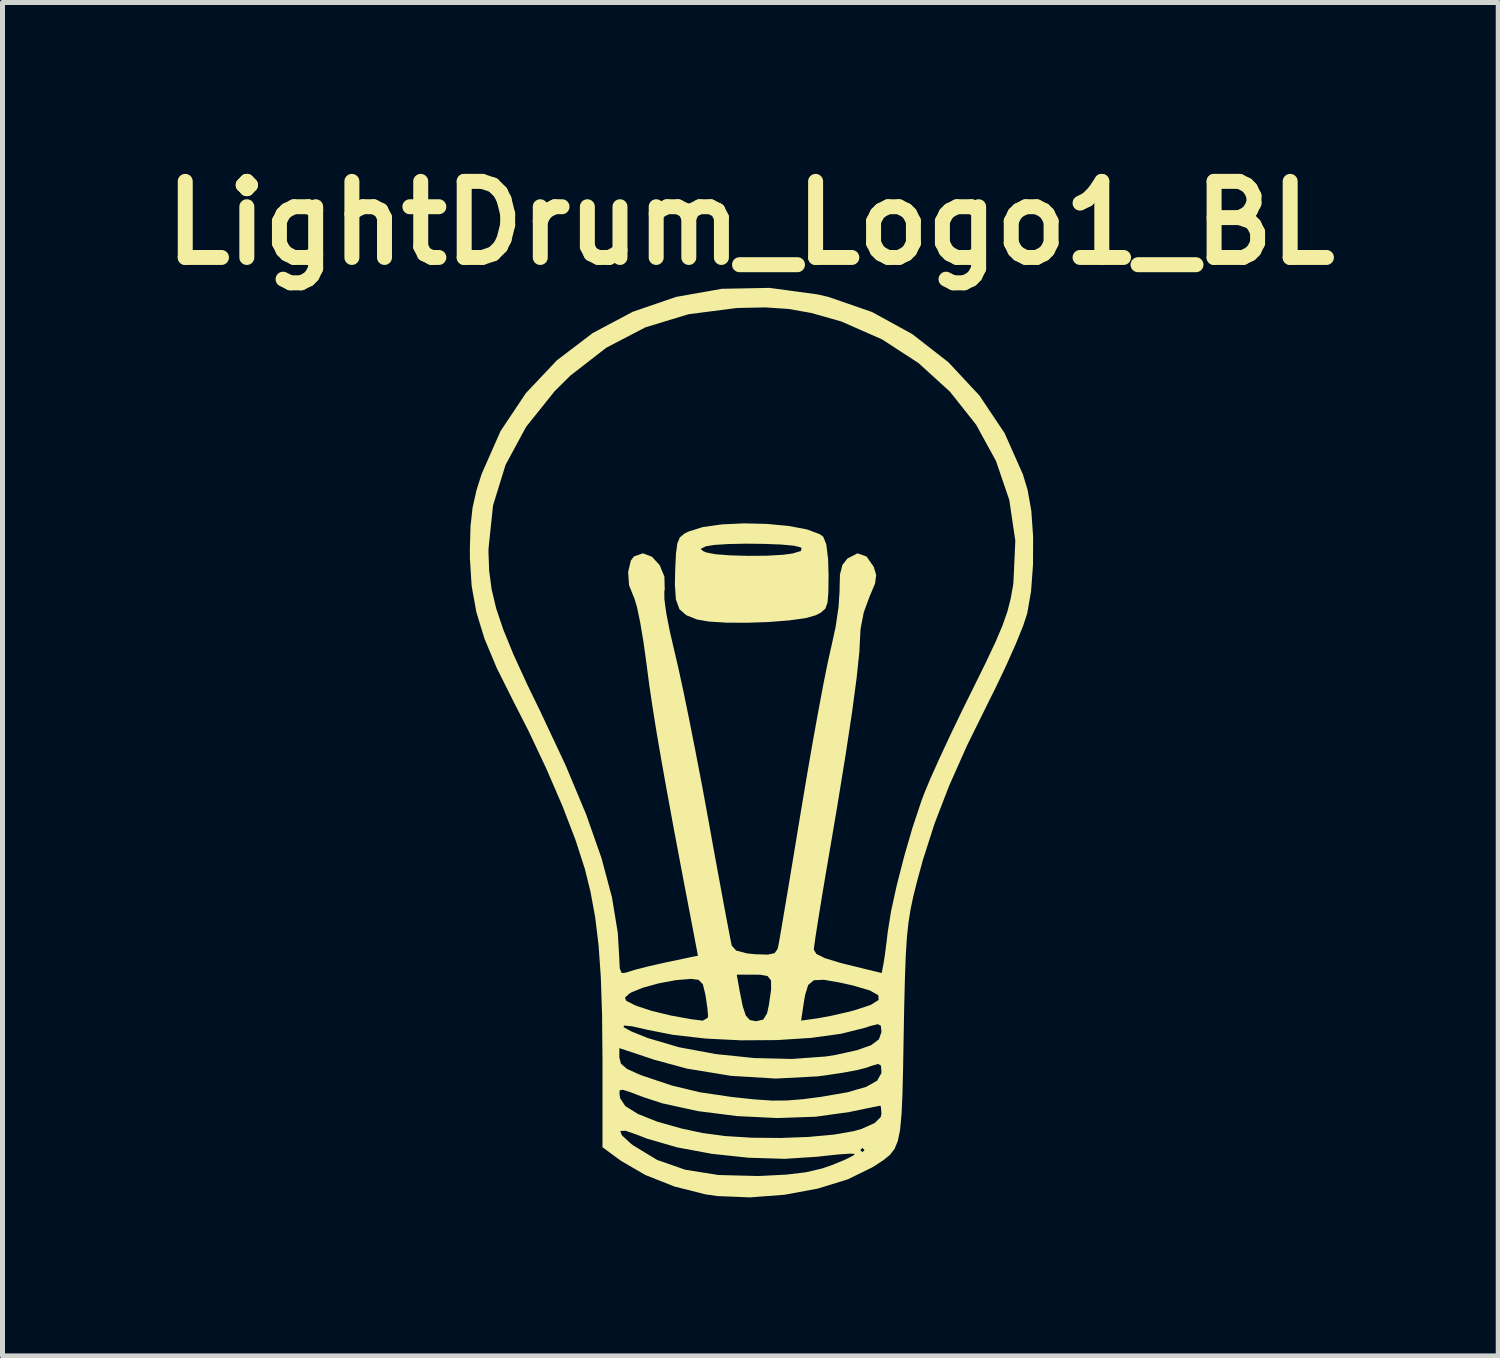
<source format=kicad_pcb>
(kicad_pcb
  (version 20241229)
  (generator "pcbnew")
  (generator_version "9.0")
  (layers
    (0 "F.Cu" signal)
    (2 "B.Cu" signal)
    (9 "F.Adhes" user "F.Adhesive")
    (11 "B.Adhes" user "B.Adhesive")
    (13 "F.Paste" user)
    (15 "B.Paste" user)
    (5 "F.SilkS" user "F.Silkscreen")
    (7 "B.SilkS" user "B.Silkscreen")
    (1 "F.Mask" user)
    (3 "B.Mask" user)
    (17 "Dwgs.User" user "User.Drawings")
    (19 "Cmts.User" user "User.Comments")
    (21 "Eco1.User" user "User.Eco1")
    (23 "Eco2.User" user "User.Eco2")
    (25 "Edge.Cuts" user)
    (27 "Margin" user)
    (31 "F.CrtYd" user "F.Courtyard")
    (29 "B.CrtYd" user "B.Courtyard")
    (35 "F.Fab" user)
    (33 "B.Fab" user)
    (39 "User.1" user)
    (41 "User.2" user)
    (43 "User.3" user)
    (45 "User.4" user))
  (footprint "LightDrum_Logo1_BL"
    (layer "F.Cu")
    (at 11.982 11.818)
    (property "Reference" "LightDrum_Logo1_BL" (at 0 -10.4 0) (layer "F.SilkS") (effects (font (size 1.524 1.524) (thickness 0.3))))
    (attr board_only exclude_from_pos_files exclude_from_bom)
    (fp_poly (pts (xy 0.333 -4.373) (xy 0.765 -4.332) (xy 1.132 -4.263) (xy 1.39 -4.167) (xy 1.46 -4.115) (xy 1.521 -3.963) (xy 1.557 -3.664) (xy 1.566 -3.339) (xy 1.562 -3.003) (xy 1.545 -2.796) (xy 1.501 -2.675) (xy 1.416 -2.599) (xy 1.312 -2.544) (xy 1.105 -2.485) (xy 0.777 -2.44) (xy 0.372 -2.408) (xy -0.061 -2.393) (xy -0.478 -2.395) (xy -0.83 -2.417) (xy -1.069 -2.458) (xy -1.286 -2.545) (xy -1.422 -2.666) (xy -1.492 -2.859) (xy -1.513 -3.159) (xy -1.507 -3.441) (xy -1.491 -3.776) (xy -1.478 -3.872) (xy -0.997 -3.872) (xy -0.943 -3.826) (xy -0.883 -3.801) (xy -0.702 -3.766) (xy -0.406 -3.743) (xy -0.047 -3.733) (xy 0.322 -3.736) (xy 0.646 -3.754) (xy 0.843 -3.78) (xy 1.013 -3.831) (xy 1.024 -3.889) (xy 1.002 -3.905) (xy 0.868 -3.937) (xy 0.612 -3.96) (xy 0.279 -3.973) (xy -0.084 -3.977) (xy -0.43 -3.97) (xy -0.714 -3.953) (xy -0.888 -3.925) (xy -0.897 -3.922) (xy -0.997 -3.872) (xy -1.478 -3.872) (xy -1.464 -3.983) (xy -1.413 -4.103) (xy -1.322 -4.178) (xy -1.237 -4.221) (xy -0.952 -4.31) (xy -0.567 -4.364) (xy -0.125 -4.384)) (stroke (width 0) (type solid)) (fill yes) (layer "F.SilkS"))
    (fp_poly (pts (xy 1.356 -8.969) (xy 1.566 -8.919) (xy 2.436 -8.618) (xy 3.242 -8.176) (xy 3.966 -7.612) (xy 4.589 -6.944) (xy 5.093 -6.19) (xy 5.458 -5.368) (xy 5.554 -5.051) (xy 5.628 -4.631) (xy 5.664 -4.11) (xy 5.661 -3.551) (xy 5.622 -3.019) (xy 5.545 -2.579) (xy 5.462 -2.327) (xy 5.315 -1.965) (xy 5.123 -1.534) (xy 4.903 -1.072) (xy 4.783 -0.832) (xy 4.339 0.068) (xy 3.981 0.873) (xy 3.691 1.625) (xy 3.454 2.364) (xy 3.331 2.816) (xy 3.261 3.098) (xy 3.207 3.356) (xy 3.166 3.617) (xy 3.135 3.91) (xy 3.113 4.263) (xy 3.096 4.705) (xy 3.082 5.264) (xy 3.071 5.842) (xy 3.059 6.524) (xy 3.046 7.057) (xy 3.027 7.465) (xy 2.998 7.768) (xy 2.953 7.989) (xy 2.887 8.148) (xy 2.795 8.267) (xy 2.672 8.367) (xy 2.513 8.472) (xy 2.441 8.517) (xy 1.951 8.757) (xy 1.347 8.943) (xy 0.679 9.066) (xy -0.005 9.118) (xy -0.656 9.092) (xy -0.902 9.057) (xy -1.524 8.9) (xy -2.108 8.668) (xy -2.592 8.386) (xy -2.608 8.375) (xy -2.963 8.113) (xy -2.963 7.787) (xy -2.608 7.787) (xy -2.574 7.875) (xy -2.393 8.042) (xy -2.349 8.076) (xy -1.868 8.368) (xy -1.306 8.564) (xy -0.641 8.67) (xy 0.149 8.69) (xy 0.212 8.688) (xy 0.721 8.662) (xy 1.112 8.615) (xy 1.437 8.539) (xy 1.636 8.47) (xy 1.885 8.368) (xy 2.051 8.286) (xy 2.095 8.247) (xy 2.001 8.242) (xy 1.781 8.256) (xy 1.475 8.288) (xy 1.348 8.303) (xy 0.689 8.346) (xy -0.035 8.324) (xy -0.772 8.246) (xy -1.178 8.17) (xy 2.201 8.17) (xy 2.244 8.213) (xy 2.286 8.17) (xy 2.244 8.128) (xy 2.201 8.17) (xy -1.178 8.17) (xy -1.468 8.116) (xy -2.069 7.942) (xy -2.246 7.873) (xy -2.497 7.784) (xy -2.608 7.787) (xy -2.963 7.787) (xy -2.963 7.049) (xy -2.622 7.049) (xy -2.609 7.133) (xy -2.506 7.289) (xy -2.253 7.447) (xy -1.868 7.601) (xy -1.37 7.741) (xy -0.959 7.829) (xy -0.502 7.89) (xy 0.035 7.923) (xy 0.605 7.928) (xy 1.165 7.907) (xy 1.669 7.861) (xy 2.073 7.791) (xy 2.223 7.748) (xy 2.489 7.629) (xy 2.611 7.509) (xy 2.625 7.443) (xy 2.615 7.309) (xy 2.603 7.281) (xy 2.517 7.298) (xy 2.308 7.34) (xy 2.02 7.4) (xy 1.99 7.407) (xy 1.309 7.502) (xy 0.539 7.529) (xy -0.266 7.49) (xy -1.052 7.39) (xy -1.763 7.234) (xy -2.138 7.112) (xy -2.412 7.008) (xy -2.561 6.961) (xy -2.62 6.975) (xy -2.622 7.049) (xy -2.963 7.049) (xy -2.963 6.362) (xy -2.965 6.128) (xy -2.625 6.128) (xy -2.625 6.318) (xy -2.592 6.441) (xy -2.471 6.545) (xy -2.228 6.655) (xy -2.159 6.681) (xy -1.57 6.879) (xy -1.008 7.013) (xy -0.38 7.106) (xy 0.077 7.155) (xy 0.427 7.179) (xy 0.732 7.177) (xy 1.053 7.151) (xy 1.411 7.105) (xy 1.944 7.013) (xy 2.317 6.905) (xy 2.54 6.779) (xy 2.624 6.629) (xy 2.625 6.608) (xy 2.616 6.479) (xy 2.559 6.444) (xy 2.406 6.49) (xy 2.332 6.518) (xy 2.151 6.565) (xy 1.854 6.621) (xy 1.494 6.675) (xy 1.348 6.694) (xy 0.512 6.738) (xy -0.384 6.684) (xy -1.266 6.54) (xy -1.926 6.361) (xy -2.625 6.128) (xy -2.965 6.128) (xy -2.969 5.71) (xy -2.539 5.71) (xy -2.384 5.794) (xy -2.069 5.921) (xy -2.063 5.924) (xy -1.429 6.111) (xy -0.696 6.247) (xy 0.078 6.327) (xy 0.834 6.345) (xy 1.515 6.295) (xy 1.703 6.265) (xy 2.134 6.17) (xy 2.417 6.07) (xy 2.574 5.953) (xy 2.625 5.809) (xy 2.625 5.799) (xy 2.614 5.681) (xy 2.552 5.648) (xy 2.393 5.688) (xy 2.302 5.719) (xy 1.82 5.84) (xy 1.216 5.923) (xy 0.533 5.967) (xy -0.184 5.972) (xy -0.893 5.937) (xy -1.551 5.862) (xy -2.048 5.764) (xy -2.371 5.691) (xy -2.534 5.675) (xy -2.539 5.71) (xy -2.969 5.71) (xy -2.971 5.468) (xy -2.983 5.116) (xy -2.512 5.116) (xy -2.49 5.178) (xy -2.337 5.257) (xy -2.266 5.287) (xy -1.975 5.383) (xy -1.59 5.476) (xy -1.184 5.549) (xy -0.953 5.578) (xy -0.856 5.522) (xy -0.848 5.482) (xy -0.861 5.333) (xy -0.894 5.103) (xy -0.901 5.059) (xy -0.952 4.849) (xy -1.039 4.759) (xy -1.192 4.741) (xy -1.492 4.766) (xy -1.833 4.83) (xy -2.152 4.917) (xy -2.385 5.012) (xy -2.425 5.037) (xy -2.512 5.116) (xy -2.983 5.116) (xy -2.996 4.714) (xy -3 4.657) (xy -0.273 4.657) (xy -0.217 4.974) (xy -0.153 5.293) (xy -0.091 5.478) (xy -0.011 5.565) (xy 0.106 5.588) (xy 0.122 5.588) (xy 0.167 5.577) (xy 1.016 5.577) (xy 1.333 5.533) (xy 1.608 5.483) (xy 1.941 5.407) (xy 2.091 5.368) (xy 2.41 5.263) (xy 2.568 5.164) (xy 2.563 5.069) (xy 2.393 4.973) (xy 2.057 4.874) (xy 1.797 4.816) (xy 1.471 4.759) (xy 1.271 4.768) (xy 1.158 4.863) (xy 1.095 5.067) (xy 1.069 5.223) (xy 1.016 5.577) (xy 0.167 5.577) (xy 0.258 5.556) (xy 0.334 5.431) (xy 0.369 5.271) (xy 0.415 4.956) (xy 0.413 4.773) (xy 0.345 4.685) (xy 0.195 4.658) (xy 0.075 4.657) (xy -0.273 4.657) (xy -3 4.657) (xy -3.041 4.071) (xy -3.109 3.509) (xy -3.202 3) (xy -3.315 2.542) (xy -3.502 1.962) (xy -3.764 1.28) (xy -4.085 0.536) (xy -4.447 -0.231) (xy -4.74 -0.804) (xy -5.08 -1.484) (xy -5.326 -2.071) (xy -5.49 -2.607) (xy -5.584 -3.131) (xy -5.619 -3.685) (xy -5.619 -3.81) (xy -5.247 -3.81) (xy -5.233 -3.432) (xy -5.184 -3.065) (xy -5.093 -2.681) (xy -4.949 -2.254) (xy -4.745 -1.755) (xy -4.471 -1.157) (xy -4.215 -0.63) (xy -3.7 0.466) (xy -3.29 1.447) (xy -2.982 2.324) (xy -2.772 3.111) (xy -2.656 3.82) (xy -2.628 4.306) (xy -2.617 4.532) (xy -2.578 4.624) (xy -2.493 4.617) (xy -2.477 4.61) (xy -2.324 4.562) (xy -2.06 4.494) (xy -1.736 4.42) (xy -1.689 4.41) (xy -1.051 4.276) (xy -1.156 3.725) (xy -1.357 2.675) (xy -1.527 1.773) (xy -1.669 1) (xy -1.787 0.34) (xy -1.884 -0.226) (xy -1.962 -0.716) (xy -2.026 -1.147) (xy -2.077 -1.538) (xy -2.081 -1.566) (xy -2.142 -2.009) (xy -2.208 -2.402) (xy -2.272 -2.708) (xy -2.328 -2.893) (xy -2.341 -2.919) (xy -2.431 -3.147) (xy -2.449 -3.411) (xy -2.395 -3.638) (xy -2.332 -3.722) (xy -2.153 -3.784) (xy -1.972 -3.715) (xy -1.818 -3.548) (xy -1.723 -3.319) (xy -1.716 -3.061) (xy -1.724 -3.022) (xy -1.723 -2.864) (xy -1.685 -2.583) (xy -1.614 -2.221) (xy -1.526 -1.842) (xy -1.444 -1.491) (xy -1.339 -1.007) (xy -1.22 -0.425) (xy -1.092 0.223) (xy -0.962 0.902) (xy -0.845 1.539) (xy -0.733 2.16) (xy -0.628 2.732) (xy -0.536 3.23) (xy -0.46 3.634) (xy -0.405 3.921) (xy -0.375 4.067) (xy -0.372 4.077) (xy -0.285 4.174) (xy -0.072 4.23) (xy 0.092 4.247) (xy 0.349 4.255) (xy 0.484 4.226) (xy 0.544 4.144) (xy 0.554 4.106) (xy 0.577 3.983) (xy 0.624 3.714) (xy 0.69 3.322) (xy 0.773 2.829) (xy 0.868 2.256) (xy 0.972 1.626) (xy 1.017 1.355) (xy 1.131 0.676) (xy 1.245 0.017) (xy 1.355 -0.592) (xy 1.455 -1.126) (xy 1.541 -1.555) (xy 1.606 -1.852) (xy 1.619 -1.905) (xy 1.705 -2.298) (xy 1.765 -2.7) (xy 1.787 -3.03) (xy 1.786 -3.055) (xy 1.794 -3.36) (xy 1.844 -3.552) (xy 1.943 -3.679) (xy 2.144 -3.783) (xy 2.326 -3.721) (xy 2.471 -3.513) (xy 2.52 -3.35) (xy 2.497 -3.178) (xy 2.393 -2.93) (xy 2.386 -2.915) (xy 2.271 -2.601) (xy 2.207 -2.271) (xy 2.201 -2.173) (xy 2.183 -1.812) (xy 2.128 -1.287) (xy 2.036 -0.597) (xy 1.907 0.255) (xy 1.742 1.271) (xy 1.613 2.032) (xy 1.516 2.598) (xy 1.43 3.112) (xy 1.359 3.551) (xy 1.306 3.888) (xy 1.276 4.099) (xy 1.27 4.157) (xy 1.323 4.242) (xy 1.495 4.327) (xy 1.807 4.422) (xy 1.95 4.458) (xy 2.63 4.624) (xy 2.664 4.45) (xy 2.693 4.268) (xy 2.729 3.993) (xy 2.75 3.81) (xy 2.817 3.39) (xy 2.932 2.866) (xy 3.08 2.289) (xy 3.247 1.713) (xy 3.421 1.19) (xy 3.486 1.016) (xy 3.605 0.73) (xy 3.784 0.332) (xy 4.003 -0.139) (xy 4.246 -0.644) (xy 4.451 -1.058) (xy 4.713 -1.59) (xy 4.908 -2.003) (xy 5.048 -2.332) (xy 5.145 -2.607) (xy 5.211 -2.86) (xy 5.259 -3.124) (xy 5.269 -3.196) (xy 5.307 -4.035) (xy 5.186 -4.853) (xy 4.92 -5.633) (xy 4.521 -6.361) (xy 3.999 -7.02) (xy 3.368 -7.595) (xy 2.638 -8.069) (xy 1.822 -8.428) (xy 1.217 -8.599) (xy 0.764 -8.679) (xy 0.302 -8.71) (xy -0.242 -8.699) (xy -0.289 -8.696) (xy -1.241 -8.573) (xy -2.102 -8.311) (xy -2.886 -7.903) (xy -3.606 -7.344) (xy -3.921 -7.032) (xy -4.494 -6.316) (xy -4.905 -5.555) (xy -5.155 -4.745) (xy -5.246 -3.88) (xy -5.247 -3.81) (xy -5.619 -3.81) (xy -5.62 -3.852) (xy -5.607 -4.322) (xy -5.566 -4.696) (xy -5.487 -5.047) (xy -5.384 -5.373) (xy -5.006 -6.231) (xy -4.498 -6.992) (xy -3.877 -7.65) (xy -3.159 -8.196) (xy -2.358 -8.622) (xy -1.49 -8.92) (xy -0.572 -9.083) (xy 0.382 -9.101)) (stroke (width 0) (type solid)) (fill yes) (layer "F.SilkS"))
    (zone (net_name "") (layer "F.Cu") (hatch edge 0.5) (connect_pads) (min_thickness 0.25) (filled_areas_thickness no) (keepout (tracks not_allowed) (vias not_allowed) (pads not_allowed) (copperpour not_allowed) (footprints not_allowed)) (placement (enabled no)) (fill) (polygon (pts (xy 8.882 19.818) (xy 8.882 18.118) (xy 8.848 16.966) (xy 8.801 16.192) (xy 8.716 15.362) (xy 8.531 14.555) (xy 8.246 13.656) (xy 7.754 12.462) (xy 7.096 11.107) (xy 6.713 10.327) (xy 6.494 9.769) (xy 6.335 9.249) (xy 6.24 8.68) (xy 6.208 8.075) (xy 6.216 7.562) (xy 6.266 7.037) (xy 6.391 6.561) (xy 6.546 6.106) (xy 6.761 5.644) (xy 6.99 5.245) (xy 7.305 4.772) (xy 7.963 4.106) (xy 8.682 3.518) (xy 9.582 3.018) (xy 10.482 2.718) (xy 11.383 2.565) (xy 12.382 2.56) (xy 13.492 2.729) (xy 14.382 3.018) (xy 15.282 3.518) (xy 15.987 4.053) (xy 16.589 4.632) (xy 17.134 5.409) (xy 17.496 6.17) (xy 17.696 6.751) (xy 17.776 7.308) (xy 17.807 7.959) (xy 17.784 8.653) (xy 17.688 9.315) (xy 17.472 9.924) (xy 17.121 10.696) (xy 16.753 11.419) (xy 16.415 12.117) (xy 16.156 12.758) (xy 15.862 13.471) (xy 15.633 14.177) (xy 15.411 14.978) (xy 15.289 15.766) (xy 15.263 16.49) (xy 15.255 17.153) (xy 15.226 19.075) (xy 15.215 19.484) (xy 15.157 19.846) (xy 15.009 20.153) (xy 14.803 20.367) (xy 14.422 20.592) (xy 13.769 20.851) (xy 13.101 21.009) (xy 12.334 21.112) (xy 11.52 21.094) (xy 10.828 21.004) (xy 10.157 20.793) (xy 9.512 20.502) (xy 9.089 20.211) (xy 8.917 20.042))))
    (zone (net_name "") (layer "B.Cu") (hatch edge 0.5) (connect_pads) (min_thickness 0.25) (filled_areas_thickness no) (keepout (tracks allowed) (vias not_allowed) (pads allowed) (copperpour allowed) (footprints allowed)) (placement (enabled no)) (fill) (polygon (pts (xy 8.882 19.818) (xy 8.882 18.118) (xy 8.848 16.966) (xy 8.801 16.192) (xy 8.716 15.362) (xy 8.531 14.555) (xy 8.246 13.656) (xy 7.754 12.462) (xy 7.096 11.107) (xy 6.713 10.327) (xy 6.494 9.769) (xy 6.335 9.249) (xy 6.24 8.68) (xy 6.208 8.075) (xy 6.216 7.562) (xy 6.266 7.037) (xy 6.391 6.561) (xy 6.546 6.106) (xy 6.761 5.644) (xy 6.99 5.245) (xy 7.305 4.772) (xy 7.963 4.106) (xy 8.682 3.518) (xy 9.582 3.018) (xy 10.482 2.718) (xy 11.383 2.565) (xy 12.382 2.56) (xy 13.492 2.729) (xy 14.382 3.018) (xy 15.282 3.518) (xy 15.987 4.053) (xy 16.589 4.632) (xy 17.134 5.409) (xy 17.496 6.17) (xy 17.696 6.751) (xy 17.776 7.308) (xy 17.807 7.959) (xy 17.784 8.653) (xy 17.688 9.315) (xy 17.472 9.924) (xy 17.121 10.696) (xy 16.753 11.419) (xy 16.415 12.117) (xy 16.156 12.758) (xy 15.862 13.471) (xy 15.633 14.177) (xy 15.411 14.978) (xy 15.289 15.766) (xy 15.263 16.49) (xy 15.255 17.153) (xy 15.226 19.075) (xy 15.215 19.484) (xy 15.157 19.846) (xy 15.009 20.153) (xy 14.803 20.367) (xy 14.422 20.592) (xy 13.769 20.851) (xy 13.101 21.009) (xy 12.334 21.112) (xy 11.52 21.094) (xy 10.828 21.004) (xy 10.157 20.793) (xy 9.512 20.502) (xy 9.089 20.211) (xy 8.917 20.042)))))
  (gr_rect
    (start -3 -3)
    (end 26.963 24.112)
    (stroke (width 0.1) (type default))
    (fill no)
    (layer "Edge.Cuts")))
</source>
